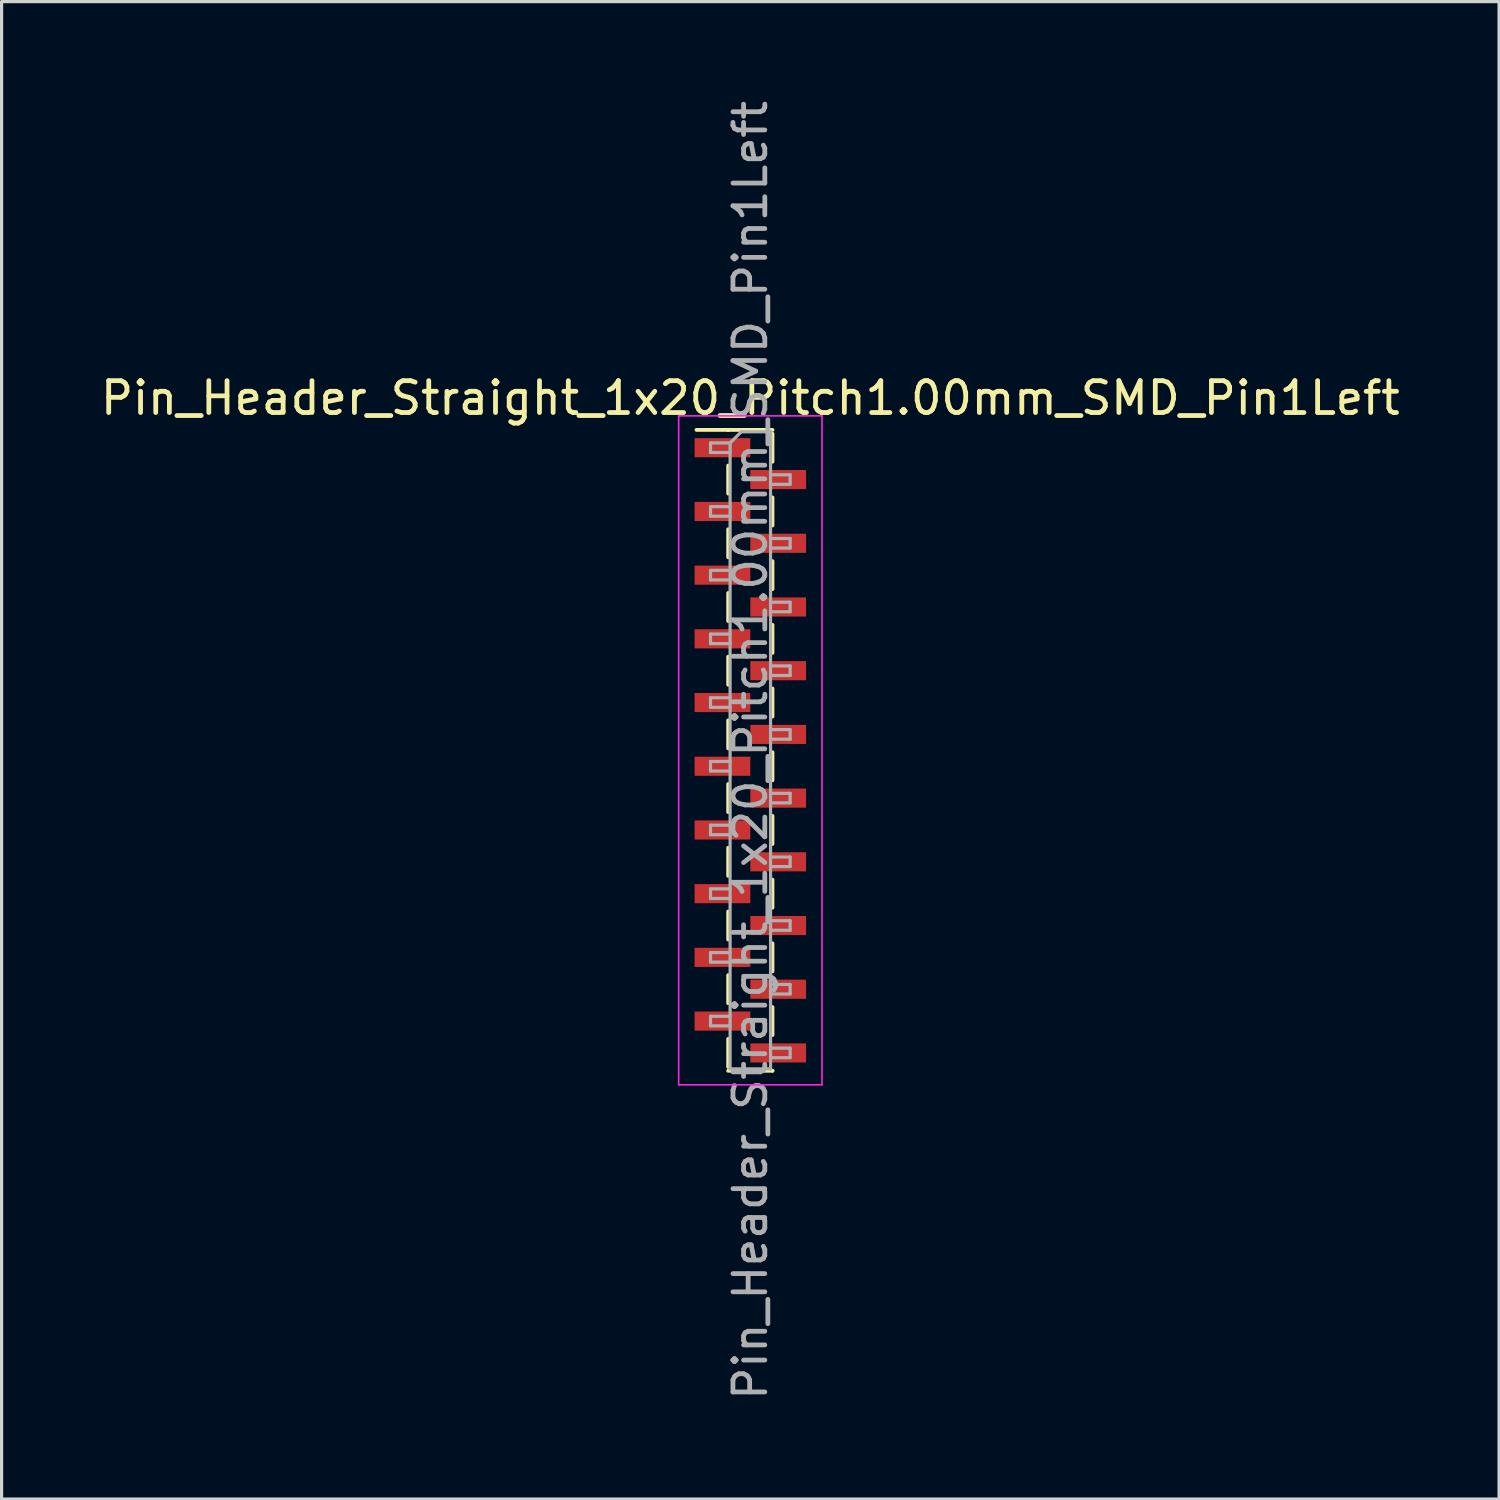
<source format=kicad_pcb>
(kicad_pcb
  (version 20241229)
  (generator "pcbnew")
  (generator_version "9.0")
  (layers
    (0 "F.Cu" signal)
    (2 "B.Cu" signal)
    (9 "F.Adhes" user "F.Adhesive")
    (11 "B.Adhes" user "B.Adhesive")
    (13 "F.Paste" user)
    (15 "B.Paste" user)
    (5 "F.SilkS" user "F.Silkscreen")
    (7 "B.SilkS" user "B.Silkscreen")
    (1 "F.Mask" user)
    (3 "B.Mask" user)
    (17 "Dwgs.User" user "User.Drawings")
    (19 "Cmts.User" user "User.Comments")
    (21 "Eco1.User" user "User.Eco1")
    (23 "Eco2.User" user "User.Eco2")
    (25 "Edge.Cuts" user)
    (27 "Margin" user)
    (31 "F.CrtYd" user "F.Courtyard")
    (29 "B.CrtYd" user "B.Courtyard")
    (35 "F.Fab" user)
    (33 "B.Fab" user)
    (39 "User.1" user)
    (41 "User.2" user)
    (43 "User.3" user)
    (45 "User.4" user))
  (footprint "Pin_Header_Straight_1x20_Pitch1.00mm_SMD_Pin1Left"
    (layer "F.Cu")
    (at 20.506 20.506)
    (property "Reference" "Pin_Header_Straight_1x20_Pitch1.00mm_SMD_Pin1Left" (at 0 -11.06 0) (layer "F.SilkS") (effects (font (size 1 1) (thickness 0.15))))
    (attr smd)
    (fp_line (start -0.695 -10.06) (end -1.69 -10.06) (stroke (width 0.12) (type solid)) (layer "F.SilkS"))
    (fp_line (start -0.695 -10.06) (end -0.695 -10.06) (stroke (width 0.12) (type solid)) (layer "F.SilkS"))
    (fp_line (start -0.695 -10.06) (end 0.695 -10.06) (stroke (width 0.12) (type solid)) (layer "F.SilkS"))
    (fp_line (start -0.695 -8.94) (end -0.695 -8.06) (stroke (width 0.12) (type solid)) (layer "F.SilkS"))
    (fp_line (start -0.695 -6.94) (end -0.695 -6.06) (stroke (width 0.12) (type solid)) (layer "F.SilkS"))
    (fp_line (start -0.695 -4.94) (end -0.695 -4.06) (stroke (width 0.12) (type solid)) (layer "F.SilkS"))
    (fp_line (start -0.695 -2.94) (end -0.695 -2.06) (stroke (width 0.12) (type solid)) (layer "F.SilkS"))
    (fp_line (start -0.695 -0.94) (end -0.695 -0.06) (stroke (width 0.12) (type solid)) (layer "F.SilkS"))
    (fp_line (start -0.695 1.06) (end -0.695 1.94) (stroke (width 0.12) (type solid)) (layer "F.SilkS"))
    (fp_line (start -0.695 3.06) (end -0.695 3.94) (stroke (width 0.12) (type solid)) (layer "F.SilkS"))
    (fp_line (start -0.695 5.06) (end -0.695 5.94) (stroke (width 0.12) (type solid)) (layer "F.SilkS"))
    (fp_line (start -0.695 7.06) (end -0.695 7.94) (stroke (width 0.12) (type solid)) (layer "F.SilkS"))
    (fp_line (start -0.695 9.06) (end -0.695 9.94) (stroke (width 0.12) (type solid)) (layer "F.SilkS"))
    (fp_line (start -0.695 10.06) (end 0.695 10.06) (stroke (width 0.12) (type solid)) (layer "F.SilkS"))
    (fp_line (start 0.695 -9.94) (end 0.695 -9.06) (stroke (width 0.12) (type solid)) (layer "F.SilkS"))
    (fp_line (start 0.695 -7.94) (end 0.695 -7.06) (stroke (width 0.12) (type solid)) (layer "F.SilkS"))
    (fp_line (start 0.695 -5.94) (end 0.695 -5.06) (stroke (width 0.12) (type solid)) (layer "F.SilkS"))
    (fp_line (start 0.695 -3.94) (end 0.695 -3.06) (stroke (width 0.12) (type solid)) (layer "F.SilkS"))
    (fp_line (start 0.695 -1.94) (end 0.695 -1.06) (stroke (width 0.12) (type solid)) (layer "F.SilkS"))
    (fp_line (start 0.695 0.06) (end 0.695 0.94) (stroke (width 0.12) (type solid)) (layer "F.SilkS"))
    (fp_line (start 0.695 2.06) (end 0.695 2.94) (stroke (width 0.12) (type solid)) (layer "F.SilkS"))
    (fp_line (start 0.695 4.06) (end 0.695 4.94) (stroke (width 0.12) (type solid)) (layer "F.SilkS"))
    (fp_line (start 0.695 6.06) (end 0.695 6.94) (stroke (width 0.12) (type solid)) (layer "F.SilkS"))
    (fp_line (start 0.695 8.06) (end 0.695 8.94) (stroke (width 0.12) (type solid)) (layer "F.SilkS"))
    (fp_line (start 0.695 10.06) (end 0.695 10.06) (stroke (width 0.12) (type solid)) (layer "F.SilkS"))
    (fp_line (start -2.25 -10.5) (end -2.25 10.5) (stroke (width 0.05) (type solid)) (layer "F.CrtYd"))
    (fp_line (start -2.25 10.5) (end 2.25 10.5) (stroke (width 0.05) (type solid)) (layer "F.CrtYd"))
    (fp_line (start 2.25 -10.5) (end -2.25 -10.5) (stroke (width 0.05) (type solid)) (layer "F.CrtYd"))
    (fp_line (start 2.25 10.5) (end 2.25 -10.5) (stroke (width 0.05) (type solid)) (layer "F.CrtYd"))
    (fp_line (start -1.25 -9.65) (end -1.25 -9.35) (stroke (width 0.1) (type solid)) (layer "F.Fab"))
    (fp_line (start -1.25 -9.35) (end -0.635 -9.35) (stroke (width 0.1) (type solid)) (layer "F.Fab"))
    (fp_line (start -1.25 -7.65) (end -1.25 -7.35) (stroke (width 0.1) (type solid)) (layer "F.Fab"))
    (fp_line (start -1.25 -7.35) (end -0.635 -7.35) (stroke (width 0.1) (type solid)) (layer "F.Fab"))
    (fp_line (start -1.25 -5.65) (end -1.25 -5.35) (stroke (width 0.1) (type solid)) (layer "F.Fab"))
    (fp_line (start -1.25 -5.35) (end -0.635 -5.35) (stroke (width 0.1) (type solid)) (layer "F.Fab"))
    (fp_line (start -1.25 -3.65) (end -1.25 -3.35) (stroke (width 0.1) (type solid)) (layer "F.Fab"))
    (fp_line (start -1.25 -3.35) (end -0.635 -3.35) (stroke (width 0.1) (type solid)) (layer "F.Fab"))
    (fp_line (start -1.25 -1.65) (end -1.25 -1.35) (stroke (width 0.1) (type solid)) (layer "F.Fab"))
    (fp_line (start -1.25 -1.35) (end -0.635 -1.35) (stroke (width 0.1) (type solid)) (layer "F.Fab"))
    (fp_line (start -1.25 0.35) (end -1.25 0.65) (stroke (width 0.1) (type solid)) (layer "F.Fab"))
    (fp_line (start -1.25 0.65) (end -0.635 0.65) (stroke (width 0.1) (type solid)) (layer "F.Fab"))
    (fp_line (start -1.25 2.35) (end -1.25 2.65) (stroke (width 0.1) (type solid)) (layer "F.Fab"))
    (fp_line (start -1.25 2.65) (end -0.635 2.65) (stroke (width 0.1) (type solid)) (layer "F.Fab"))
    (fp_line (start -1.25 4.35) (end -1.25 4.65) (stroke (width 0.1) (type solid)) (layer "F.Fab"))
    (fp_line (start -1.25 4.65) (end -0.635 4.65) (stroke (width 0.1) (type solid)) (layer "F.Fab"))
    (fp_line (start -1.25 6.35) (end -1.25 6.65) (stroke (width 0.1) (type solid)) (layer "F.Fab"))
    (fp_line (start -1.25 6.65) (end -0.635 6.65) (stroke (width 0.1) (type solid)) (layer "F.Fab"))
    (fp_line (start -1.25 8.35) (end -1.25 8.65) (stroke (width 0.1) (type solid)) (layer "F.Fab"))
    (fp_line (start -1.25 8.65) (end -0.635 8.65) (stroke (width 0.1) (type solid)) (layer "F.Fab"))
    (fp_line (start -0.635 -9.65) (end -1.25 -9.65) (stroke (width 0.1) (type solid)) (layer "F.Fab"))
    (fp_line (start -0.635 -9.65) (end -0.285 -10) (stroke (width 0.1) (type solid)) (layer "F.Fab"))
    (fp_line (start -0.635 -7.65) (end -1.25 -7.65) (stroke (width 0.1) (type solid)) (layer "F.Fab"))
    (fp_line (start -0.635 -5.65) (end -1.25 -5.65) (stroke (width 0.1) (type solid)) (layer "F.Fab"))
    (fp_line (start -0.635 -3.65) (end -1.25 -3.65) (stroke (width 0.1) (type solid)) (layer "F.Fab"))
    (fp_line (start -0.635 -1.65) (end -1.25 -1.65) (stroke (width 0.1) (type solid)) (layer "F.Fab"))
    (fp_line (start -0.635 0.35) (end -1.25 0.35) (stroke (width 0.1) (type solid)) (layer "F.Fab"))
    (fp_line (start -0.635 2.35) (end -1.25 2.35) (stroke (width 0.1) (type solid)) (layer "F.Fab"))
    (fp_line (start -0.635 4.35) (end -1.25 4.35) (stroke (width 0.1) (type solid)) (layer "F.Fab"))
    (fp_line (start -0.635 6.35) (end -1.25 6.35) (stroke (width 0.1) (type solid)) (layer "F.Fab"))
    (fp_line (start -0.635 8.35) (end -1.25 8.35) (stroke (width 0.1) (type solid)) (layer "F.Fab"))
    (fp_line (start -0.635 10) (end -0.635 -9.65) (stroke (width 0.1) (type solid)) (layer "F.Fab"))
    (fp_line (start -0.285 -10) (end 0.635 -10) (stroke (width 0.1) (type solid)) (layer "F.Fab"))
    (fp_line (start 0.635 -10) (end 0.635 10) (stroke (width 0.1) (type solid)) (layer "F.Fab"))
    (fp_line (start 0.635 -8.65) (end 1.25 -8.65) (stroke (width 0.1) (type solid)) (layer "F.Fab"))
    (fp_line (start 0.635 -6.65) (end 1.25 -6.65) (stroke (width 0.1) (type solid)) (layer "F.Fab"))
    (fp_line (start 0.635 -4.65) (end 1.25 -4.65) (stroke (width 0.1) (type solid)) (layer "F.Fab"))
    (fp_line (start 0.635 -2.65) (end 1.25 -2.65) (stroke (width 0.1) (type solid)) (layer "F.Fab"))
    (fp_line (start 0.635 -0.65) (end 1.25 -0.65) (stroke (width 0.1) (type solid)) (layer "F.Fab"))
    (fp_line (start 0.635 1.35) (end 1.25 1.35) (stroke (width 0.1) (type solid)) (layer "F.Fab"))
    (fp_line (start 0.635 3.35) (end 1.25 3.35) (stroke (width 0.1) (type solid)) (layer "F.Fab"))
    (fp_line (start 0.635 5.35) (end 1.25 5.35) (stroke (width 0.1) (type solid)) (layer "F.Fab"))
    (fp_line (start 0.635 7.35) (end 1.25 7.35) (stroke (width 0.1) (type solid)) (layer "F.Fab"))
    (fp_line (start 0.635 9.35) (end 1.25 9.35) (stroke (width 0.1) (type solid)) (layer "F.Fab"))
    (fp_line (start 0.635 10) (end -0.635 10) (stroke (width 0.1) (type solid)) (layer "F.Fab"))
    (fp_line (start 1.25 -8.65) (end 1.25 -8.35) (stroke (width 0.1) (type solid)) (layer "F.Fab"))
    (fp_line (start 1.25 -8.35) (end 0.635 -8.35) (stroke (width 0.1) (type solid)) (layer "F.Fab"))
    (fp_line (start 1.25 -6.65) (end 1.25 -6.35) (stroke (width 0.1) (type solid)) (layer "F.Fab"))
    (fp_line (start 1.25 -6.35) (end 0.635 -6.35) (stroke (width 0.1) (type solid)) (layer "F.Fab"))
    (fp_line (start 1.25 -4.65) (end 1.25 -4.35) (stroke (width 0.1) (type solid)) (layer "F.Fab"))
    (fp_line (start 1.25 -4.35) (end 0.635 -4.35) (stroke (width 0.1) (type solid)) (layer "F.Fab"))
    (fp_line (start 1.25 -2.65) (end 1.25 -2.35) (stroke (width 0.1) (type solid)) (layer "F.Fab"))
    (fp_line (start 1.25 -2.35) (end 0.635 -2.35) (stroke (width 0.1) (type solid)) (layer "F.Fab"))
    (fp_line (start 1.25 -0.65) (end 1.25 -0.35) (stroke (width 0.1) (type solid)) (layer "F.Fab"))
    (fp_line (start 1.25 -0.35) (end 0.635 -0.35) (stroke (width 0.1) (type solid)) (layer "F.Fab"))
    (fp_line (start 1.25 1.35) (end 1.25 1.65) (stroke (width 0.1) (type solid)) (layer "F.Fab"))
    (fp_line (start 1.25 1.65) (end 0.635 1.65) (stroke (width 0.1) (type solid)) (layer "F.Fab"))
    (fp_line (start 1.25 3.35) (end 1.25 3.65) (stroke (width 0.1) (type solid)) (layer "F.Fab"))
    (fp_line (start 1.25 3.65) (end 0.635 3.65) (stroke (width 0.1) (type solid)) (layer "F.Fab"))
    (fp_line (start 1.25 5.35) (end 1.25 5.65) (stroke (width 0.1) (type solid)) (layer "F.Fab"))
    (fp_line (start 1.25 5.65) (end 0.635 5.65) (stroke (width 0.1) (type solid)) (layer "F.Fab"))
    (fp_line (start 1.25 7.35) (end 1.25 7.65) (stroke (width 0.1) (type solid)) (layer "F.Fab"))
    (fp_line (start 1.25 7.65) (end 0.635 7.65) (stroke (width 0.1) (type solid)) (layer "F.Fab"))
    (fp_line (start 1.25 9.35) (end 1.25 9.65) (stroke (width 0.1) (type solid)) (layer "F.Fab"))
    (fp_line (start 1.25 9.65) (end 0.635 9.65) (stroke (width 0.1) (type solid)) (layer "F.Fab"))
    (fp_text user "${REFERENCE}" (at 0 0 90) (layer "F.Fab") (effects (font (size 1 1) (thickness 0.15))))
    (pad "1" smd rect (at -0.875 -9.5) (size 1.75 0.6) (layers "F.Cu" "F.Mask" "F.Paste"))
    (pad "2" smd rect (at 0.875 -8.5) (size 1.75 0.6) (layers "F.Cu" "F.Mask" "F.Paste"))
    (pad "3" smd rect (at -0.875 -7.5) (size 1.75 0.6) (layers "F.Cu" "F.Mask" "F.Paste"))
    (pad "4" smd rect (at 0.875 -6.5) (size 1.75 0.6) (layers "F.Cu" "F.Mask" "F.Paste"))
    (pad "5" smd rect (at -0.875 -5.5) (size 1.75 0.6) (layers "F.Cu" "F.Mask" "F.Paste"))
    (pad "6" smd rect (at 0.875 -4.5) (size 1.75 0.6) (layers "F.Cu" "F.Mask" "F.Paste"))
    (pad "7" smd rect (at -0.875 -3.5) (size 1.75 0.6) (layers "F.Cu" "F.Mask" "F.Paste"))
    (pad "8" smd rect (at 0.875 -2.5) (size 1.75 0.6) (layers "F.Cu" "F.Mask" "F.Paste"))
    (pad "9" smd rect (at -0.875 -1.5) (size 1.75 0.6) (layers "F.Cu" "F.Mask" "F.Paste"))
    (pad "10" smd rect (at 0.875 -0.5) (size 1.75 0.6) (layers "F.Cu" "F.Mask" "F.Paste"))
    (pad "11" smd rect (at -0.875 0.5) (size 1.75 0.6) (layers "F.Cu" "F.Mask" "F.Paste"))
    (pad "12" smd rect (at 0.875 1.5) (size 1.75 0.6) (layers "F.Cu" "F.Mask" "F.Paste"))
    (pad "13" smd rect (at -0.875 2.5) (size 1.75 0.6) (layers "F.Cu" "F.Mask" "F.Paste"))
    (pad "14" smd rect (at 0.875 3.5) (size 1.75 0.6) (layers "F.Cu" "F.Mask" "F.Paste"))
    (pad "15" smd rect (at -0.875 4.5) (size 1.75 0.6) (layers "F.Cu" "F.Mask" "F.Paste"))
    (pad "16" smd rect (at 0.875 5.5) (size 1.75 0.6) (layers "F.Cu" "F.Mask" "F.Paste"))
    (pad "17" smd rect (at -0.875 6.5) (size 1.75 0.6) (layers "F.Cu" "F.Mask" "F.Paste"))
    (pad "18" smd rect (at 0.875 7.5) (size 1.75 0.6) (layers "F.Cu" "F.Mask" "F.Paste"))
    (pad "19" smd rect (at -0.875 8.5) (size 1.75 0.6) (layers "F.Cu" "F.Mask" "F.Paste"))
    (pad "20" smd rect (at 0.875 9.5) (size 1.75 0.6) (layers "F.Cu" "F.Mask" "F.Paste")))
  (gr_rect
    (start -3 -3)
    (end 44.012 44.012)
    (stroke (width 0.1) (type default))
    (fill no)
    (layer "Edge.Cuts")))
</source>
